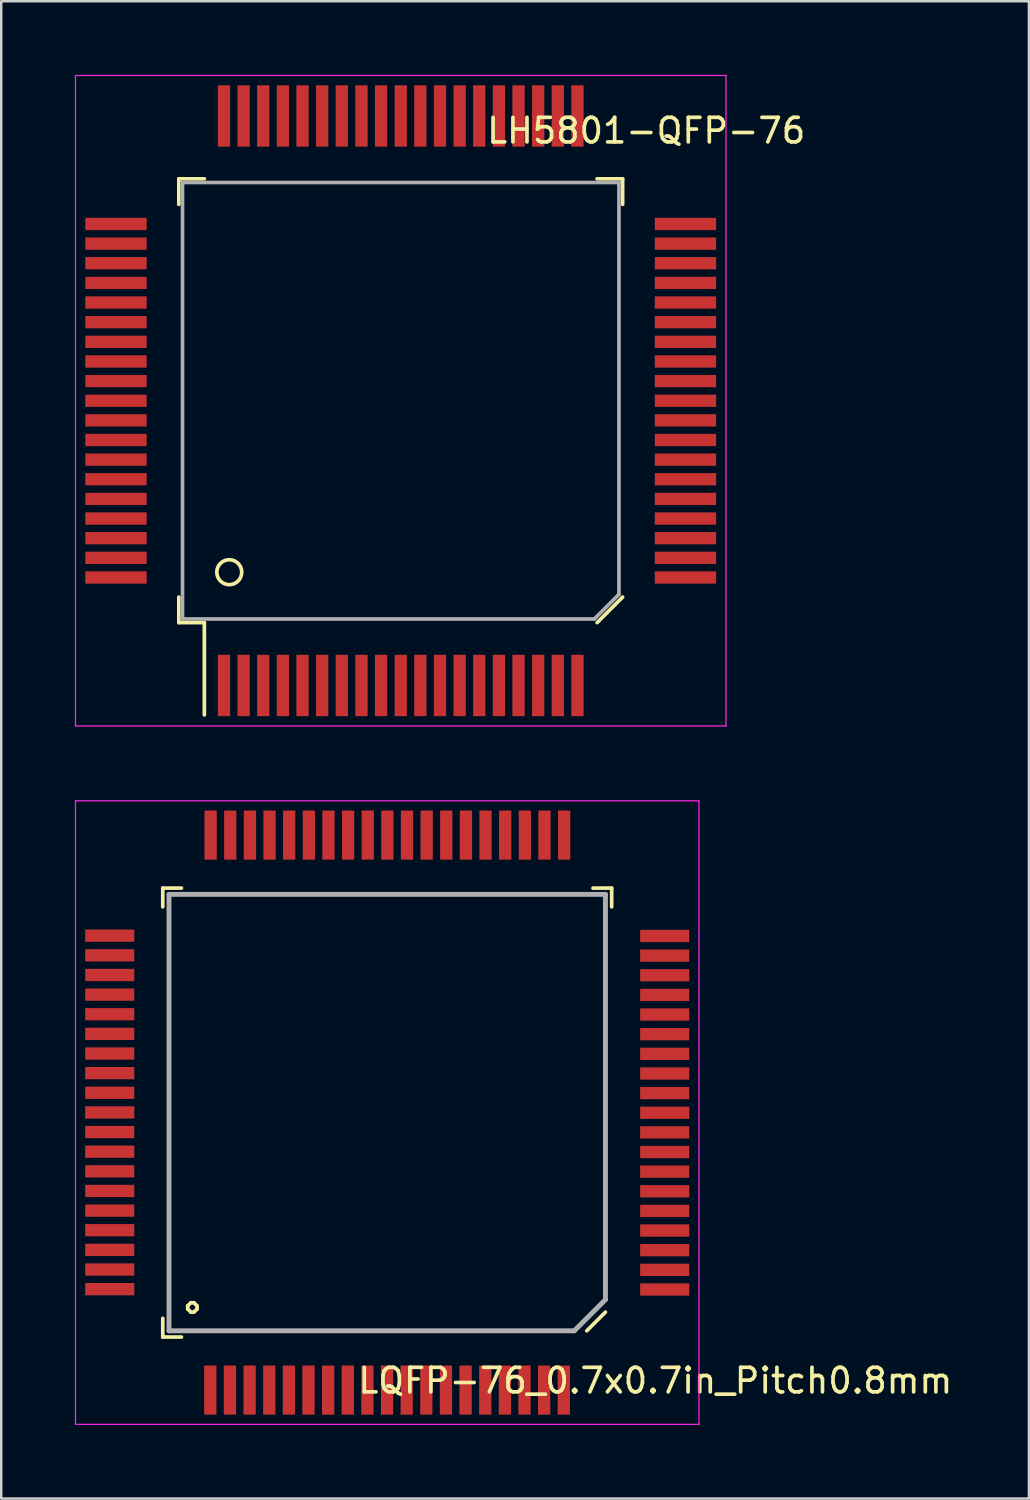
<source format=kicad_pcb>
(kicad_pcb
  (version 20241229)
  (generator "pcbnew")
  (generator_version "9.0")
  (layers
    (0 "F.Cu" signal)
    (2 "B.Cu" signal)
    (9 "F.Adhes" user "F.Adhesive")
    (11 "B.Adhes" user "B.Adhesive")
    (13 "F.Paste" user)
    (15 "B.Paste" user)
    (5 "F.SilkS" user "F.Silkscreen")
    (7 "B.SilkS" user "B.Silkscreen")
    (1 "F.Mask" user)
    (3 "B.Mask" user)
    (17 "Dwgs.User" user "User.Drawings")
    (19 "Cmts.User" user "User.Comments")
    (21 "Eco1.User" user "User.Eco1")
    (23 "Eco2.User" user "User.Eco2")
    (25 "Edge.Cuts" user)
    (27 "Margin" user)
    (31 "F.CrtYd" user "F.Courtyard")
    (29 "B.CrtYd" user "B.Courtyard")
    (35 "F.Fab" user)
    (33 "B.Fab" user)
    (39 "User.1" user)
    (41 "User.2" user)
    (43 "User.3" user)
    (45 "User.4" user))
  (footprint "LQFP-76_0.7x0.7in_Pitch0.8mm"
    (layer "F.Cu")
    (at 12.725 42.275)
    (property "Reference" "LQFP-76_0.7x0.7in_Pitch0.8mm" (at 10.922 10.922 0) (layer "F.SilkS") (effects (font (size 1 1) (thickness 0.15))))
    (attr smd)
    (fp_line (start -9.144 -8.382) (end -9.144 -9.144) (stroke (width 0.15) (type solid)) (layer "F.SilkS"))
    (fp_line (start -9.144 9.144) (end -9.144 8.382) (stroke (width 0.15) (type solid)) (layer "F.SilkS"))
    (fp_line (start -9.144 9.144) (end -8.382 9.144) (stroke (width 0.15) (type solid)) (layer "F.SilkS"))
    (fp_line (start -8.382 -9.144) (end -9.144 -9.144) (stroke (width 0.15) (type solid)) (layer "F.SilkS"))
    (fp_line (start -8.128 7.874) (end -8.001 7.747) (stroke (width 0.15) (type solid)) (layer "F.SilkS"))
    (fp_line (start -8.128 8.001) (end -8.128 7.874) (stroke (width 0.15) (type solid)) (layer "F.SilkS"))
    (fp_line (start -8.001 7.747) (end -7.874 7.747) (stroke (width 0.15) (type solid)) (layer "F.SilkS"))
    (fp_line (start -8.001 8.128) (end -8.128 8.001) (stroke (width 0.15) (type solid)) (layer "F.SilkS"))
    (fp_line (start -7.874 7.747) (end -7.747 7.874) (stroke (width 0.15) (type solid)) (layer "F.SilkS"))
    (fp_line (start -7.874 8.128) (end -8.001 8.128) (stroke (width 0.15) (type solid)) (layer "F.SilkS"))
    (fp_line (start -7.747 7.874) (end -7.747 8.001) (stroke (width 0.15) (type solid)) (layer "F.SilkS"))
    (fp_line (start -7.747 8.001) (end -7.874 8.128) (stroke (width 0.15) (type solid)) (layer "F.SilkS"))
    (fp_line (start 8.128 8.89) (end 8.89 8.128) (stroke (width 0.15) (type solid)) (layer "F.SilkS"))
    (fp_line (start 9.144 -9.144) (end 8.382 -9.144) (stroke (width 0.15) (type solid)) (layer "F.SilkS"))
    (fp_line (start 9.144 -9.144) (end 9.144 -8.382) (stroke (width 0.15) (type solid)) (layer "F.SilkS"))
    (fp_line (start -12.7 -12.7) (end -12.7 12.7) (stroke (width 0.05) (type solid)) (layer "F.CrtYd"))
    (fp_line (start -12.7 -12.7) (end 12.7 -12.7) (stroke (width 0.05) (type solid)) (layer "F.CrtYd"))
    (fp_line (start -12.7 12.7) (end 12.7 12.7) (stroke (width 0.05) (type solid)) (layer "F.CrtYd"))
    (fp_line (start 12.7 -12.7) (end 12.7 12.7) (stroke (width 0.05) (type solid)) (layer "F.CrtYd"))
    (fp_line (start -8.89 -8.89) (end 8.89 -8.89) (stroke (width 0.2) (type solid)) (layer "F.Fab"))
    (fp_line (start -8.89 8.89) (end -8.89 -8.89) (stroke (width 0.2) (type solid)) (layer "F.Fab"))
    (fp_line (start 7.62 8.89) (end -8.89 8.89) (stroke (width 0.2) (type solid)) (layer "F.Fab"))
    (fp_line (start 8.89 -8.89) (end 8.89 7.62) (stroke (width 0.2) (type solid)) (layer "F.Fab"))
    (fp_line (start 8.89 7.62) (end 7.62 8.89) (stroke (width 0.2) (type solid)) (layer "F.Fab"))
    (pad "1" smd rect (at -7.207 11.305 90) (size 2 0.5) (layers "F.Cu" "F.Mask" "F.Paste"))
    (pad "2" smd rect (at -6.407 11.305 90) (size 2 0.5) (layers "F.Cu" "F.Mask" "F.Paste"))
    (pad "3" smd rect (at -5.606 11.305 90) (size 2 0.5) (layers "F.Cu" "F.Mask" "F.Paste"))
    (pad "4" smd rect (at -4.806 11.305 90) (size 2 0.5) (layers "F.Cu" "F.Mask" "F.Paste"))
    (pad "5" smd rect (at -4.006 11.305 90) (size 2 0.5) (layers "F.Cu" "F.Mask" "F.Paste"))
    (pad "6" smd rect (at -3.207 11.305 90) (size 2 0.5) (layers "F.Cu" "F.Mask" "F.Paste"))
    (pad "7" smd rect (at -2.406 11.305 90) (size 2 0.5) (layers "F.Cu" "F.Mask" "F.Paste"))
    (pad "8" smd rect (at -1.607 11.305 90) (size 2 0.5) (layers "F.Cu" "F.Mask" "F.Paste"))
    (pad "9" smd rect (at -0.806 11.305 90) (size 2 0.5) (layers "F.Cu" "F.Mask" "F.Paste"))
    (pad "10" smd rect (at -0.006 11.305 90) (size 2 0.5) (layers "F.Cu" "F.Mask" "F.Paste"))
    (pad "11" smd rect (at 0.793 11.305 90) (size 2 0.5) (layers "F.Cu" "F.Mask" "F.Paste"))
    (pad "12" smd rect (at 1.593 11.305 90) (size 2 0.5) (layers "F.Cu" "F.Mask" "F.Paste"))
    (pad "13" smd rect (at 2.393 11.305 90) (size 2 0.5) (layers "F.Cu" "F.Mask" "F.Paste"))
    (pad "14" smd rect (at 3.193 11.305 90) (size 2 0.5) (layers "F.Cu" "F.Mask" "F.Paste"))
    (pad "15" smd rect (at 3.994 11.305 90) (size 2 0.5) (layers "F.Cu" "F.Mask" "F.Paste"))
    (pad "16" smd rect (at 4.793 11.305 90) (size 2 0.5) (layers "F.Cu" "F.Mask" "F.Paste"))
    (pad "17" smd rect (at 5.593 11.305 90) (size 2 0.5) (layers "F.Cu" "F.Mask" "F.Paste"))
    (pad "18" smd rect (at 6.394 11.305 90) (size 2 0.5) (layers "F.Cu" "F.Mask" "F.Paste"))
    (pad "19" smd rect (at 7.194 11.305 90) (size 2 0.5) (layers "F.Cu" "F.Mask" "F.Paste"))
    (pad "20" smd rect (at 11.305 7.207) (size 2 0.5) (layers "F.Cu" "F.Mask" "F.Paste"))
    (pad "21" smd rect (at 11.305 6.407) (size 2 0.5) (layers "F.Cu" "F.Mask" "F.Paste"))
    (pad "22" smd rect (at 11.305 5.606) (size 2 0.5) (layers "F.Cu" "F.Mask" "F.Paste"))
    (pad "23" smd rect (at 11.305 4.806) (size 2 0.5) (layers "F.Cu" "F.Mask" "F.Paste"))
    (pad "24" smd rect (at 11.305 4.006) (size 2 0.5) (layers "F.Cu" "F.Mask" "F.Paste"))
    (pad "25" smd rect (at 11.305 3.207) (size 2 0.5) (layers "F.Cu" "F.Mask" "F.Paste"))
    (pad "26" smd rect (at 11.305 2.406) (size 2 0.5) (layers "F.Cu" "F.Mask" "F.Paste"))
    (pad "27" smd rect (at 11.305 1.607) (size 2 0.5) (layers "F.Cu" "F.Mask" "F.Paste"))
    (pad "28" smd rect (at 11.305 0.806) (size 2 0.5) (layers "F.Cu" "F.Mask" "F.Paste"))
    (pad "29" smd rect (at 11.305 0.006) (size 2 0.5) (layers "F.Cu" "F.Mask" "F.Paste"))
    (pad "30" smd rect (at 11.305 -0.793) (size 2 0.5) (layers "F.Cu" "F.Mask" "F.Paste"))
    (pad "31" smd rect (at 11.305 -1.593) (size 2 0.5) (layers "F.Cu" "F.Mask" "F.Paste"))
    (pad "32" smd rect (at 11.305 -2.393) (size 2 0.5) (layers "F.Cu" "F.Mask" "F.Paste"))
    (pad "33" smd rect (at 11.305 -3.193) (size 2 0.5) (layers "F.Cu" "F.Mask" "F.Paste"))
    (pad "34" smd rect (at 11.305 -3.994) (size 2 0.5) (layers "F.Cu" "F.Mask" "F.Paste"))
    (pad "35" smd rect (at 11.305 -4.793) (size 2 0.5) (layers "F.Cu" "F.Mask" "F.Paste"))
    (pad "36" smd rect (at 11.305 -5.593) (size 2 0.5) (layers "F.Cu" "F.Mask" "F.Paste"))
    (pad "37" smd rect (at 11.305 -6.394) (size 2 0.5) (layers "F.Cu" "F.Mask" "F.Paste"))
    (pad "38" smd rect (at 11.305 -7.194) (size 2 0.5) (layers "F.Cu" "F.Mask" "F.Paste"))
    (pad "39" smd rect (at 7.207 -11.305 90) (size 2 0.5) (layers "F.Cu" "F.Mask" "F.Paste"))
    (pad "40" smd rect (at 6.407 -11.305 90) (size 2 0.5) (layers "F.Cu" "F.Mask" "F.Paste"))
    (pad "41" smd rect (at 5.606 -11.305 90) (size 2 0.5) (layers "F.Cu" "F.Mask" "F.Paste"))
    (pad "42" smd rect (at 4.806 -11.305 90) (size 2 0.5) (layers "F.Cu" "F.Mask" "F.Paste"))
    (pad "43" smd rect (at 4.006 -11.305 90) (size 2 0.5) (layers "F.Cu" "F.Mask" "F.Paste"))
    (pad "44" smd rect (at 3.207 -11.305 90) (size 2 0.5) (layers "F.Cu" "F.Mask" "F.Paste"))
    (pad "45" smd rect (at 2.406 -11.305 90) (size 2 0.5) (layers "F.Cu" "F.Mask" "F.Paste"))
    (pad "46" smd rect (at 1.607 -11.305 90) (size 2 0.5) (layers "F.Cu" "F.Mask" "F.Paste"))
    (pad "47" smd rect (at 0.806 -11.305 90) (size 2 0.5) (layers "F.Cu" "F.Mask" "F.Paste"))
    (pad "48" smd rect (at 0.006 -11.305 90) (size 2 0.5) (layers "F.Cu" "F.Mask" "F.Paste"))
    (pad "49" smd rect (at -0.793 -11.305 90) (size 2 0.5) (layers "F.Cu" "F.Mask" "F.Paste"))
    (pad "50" smd rect (at -1.593 -11.305 90) (size 2 0.5) (layers "F.Cu" "F.Mask" "F.Paste"))
    (pad "51" smd rect (at -2.393 -11.305 90) (size 2 0.5) (layers "F.Cu" "F.Mask" "F.Paste"))
    (pad "52" smd rect (at -3.193 -11.305 90) (size 2 0.5) (layers "F.Cu" "F.Mask" "F.Paste"))
    (pad "53" smd rect (at -3.994 -11.305 90) (size 2 0.5) (layers "F.Cu" "F.Mask" "F.Paste"))
    (pad "54" smd rect (at -4.793 -11.305 90) (size 2 0.5) (layers "F.Cu" "F.Mask" "F.Paste"))
    (pad "55" smd rect (at -5.593 -11.305 90) (size 2 0.5) (layers "F.Cu" "F.Mask" "F.Paste"))
    (pad "56" smd rect (at -6.394 -11.305 90) (size 2 0.5) (layers "F.Cu" "F.Mask" "F.Paste"))
    (pad "57" smd rect (at -7.194 -11.305 90) (size 2 0.5) (layers "F.Cu" "F.Mask" "F.Paste"))
    (pad "58" smd rect (at -11.305 -7.207) (size 2 0.5) (layers "F.Cu" "F.Mask" "F.Paste"))
    (pad "59" smd rect (at -11.305 -6.407) (size 2 0.5) (layers "F.Cu" "F.Mask" "F.Paste"))
    (pad "60" smd rect (at -11.305 -5.606) (size 2 0.5) (layers "F.Cu" "F.Mask" "F.Paste"))
    (pad "61" smd rect (at -11.305 -4.806) (size 2 0.5) (layers "F.Cu" "F.Mask" "F.Paste"))
    (pad "62" smd rect (at -11.305 -4.006) (size 2 0.5) (layers "F.Cu" "F.Mask" "F.Paste"))
    (pad "63" smd rect (at -11.305 -3.207) (size 2 0.5) (layers "F.Cu" "F.Mask" "F.Paste"))
    (pad "64" smd rect (at -11.305 -2.406) (size 2 0.5) (layers "F.Cu" "F.Mask" "F.Paste"))
    (pad "65" smd rect (at -11.305 -1.607) (size 2 0.5) (layers "F.Cu" "F.Mask" "F.Paste"))
    (pad "66" smd rect (at -11.305 -0.806) (size 2 0.5) (layers "F.Cu" "F.Mask" "F.Paste"))
    (pad "67" smd rect (at -11.305 -0.006) (size 2 0.5) (layers "F.Cu" "F.Mask" "F.Paste"))
    (pad "68" smd rect (at -11.305 0.793) (size 2 0.5) (layers "F.Cu" "F.Mask" "F.Paste"))
    (pad "69" smd rect (at -11.305 1.593) (size 2 0.5) (layers "F.Cu" "F.Mask" "F.Paste"))
    (pad "70" smd rect (at -11.305 2.393) (size 2 0.5) (layers "F.Cu" "F.Mask" "F.Paste"))
    (pad "71" smd rect (at -11.305 3.193) (size 2 0.5) (layers "F.Cu" "F.Mask" "F.Paste"))
    (pad "72" smd rect (at -11.305 3.994) (size 2 0.5) (layers "F.Cu" "F.Mask" "F.Paste"))
    (pad "73" smd rect (at -11.305 4.793) (size 2 0.5) (layers "F.Cu" "F.Mask" "F.Paste"))
    (pad "74" smd rect (at -11.305 5.593) (size 2 0.5) (layers "F.Cu" "F.Mask" "F.Paste"))
    (pad "75" smd rect (at -11.305 6.394) (size 2 0.5) (layers "F.Cu" "F.Mask" "F.Paste"))
    (pad "76" smd rect (at -11.305 7.194) (size 2 0.5) (layers "F.Cu" "F.Mask" "F.Paste")))
  (footprint "LH5801-QFP-76"
    (layer "F.Cu")
    (at 13.275 13.275)
    (property "Reference" "LH5801-QFP-76" (at 10 -11 180) (layer "F.SilkS") (effects (font (size 1 1) (thickness 0.15))))
    (attr smd)
    (fp_line (start -9.04 -9.04) (end -8 -9.04) (stroke (width 0.15) (type solid)) (layer "F.SilkS"))
    (fp_line (start -9.04 -8) (end -9.04 -9.04) (stroke (width 0.15) (type solid)) (layer "F.SilkS"))
    (fp_line (start -9.04 8) (end -9.04 9.04) (stroke (width 0.15) (type solid)) (layer "F.SilkS"))
    (fp_line (start -9.04 9.04) (end -8 9.04) (stroke (width 0.15) (type solid)) (layer "F.SilkS"))
    (fp_line (start -8 9.04) (end -8 12.8) (stroke (width 0.15) (type solid)) (layer "F.SilkS"))
    (fp_line (start 9.04 -9.04) (end 8 -9.04) (stroke (width 0.15) (type solid)) (layer "F.SilkS"))
    (fp_line (start 9.04 -8) (end 9.04 -9.04) (stroke (width 0.15) (type solid)) (layer "F.SilkS"))
    (fp_line (start 9.04 8) (end 8 9.04) (stroke (width 0.15) (type solid)) (layer "F.SilkS"))
    (fp_circle (center -6.985 6.985) (end -6.477 6.985) (stroke (width 0.15) (type solid)) (fill no) (layer "F.SilkS"))
    (fp_line (start -13.25 -13.25) (end 13.25 -13.25) (stroke (width 0.05) (type solid)) (layer "F.CrtYd"))
    (fp_line (start -13.25 13.25) (end -13.25 -13.25) (stroke (width 0.05) (type solid)) (layer "F.CrtYd"))
    (fp_line (start 13.25 -13.25) (end 13.25 13.25) (stroke (width 0.05) (type solid)) (layer "F.CrtYd"))
    (fp_line (start 13.25 13.25) (end -13.25 13.25) (stroke (width 0.05) (type solid)) (layer "F.CrtYd"))
    (fp_line (start -8.89 -8.89) (end -8.89 8.89) (stroke (width 0.15) (type solid)) (layer "F.Fab"))
    (fp_line (start -8.89 8.89) (end 7.89 8.89) (stroke (width 0.15) (type solid)) (layer "F.Fab"))
    (fp_line (start 7.89 8.89) (end 8.89 7.89) (stroke (width 0.15) (type solid)) (layer "F.Fab"))
    (fp_line (start 8.89 -8.89) (end -8.89 -8.89) (stroke (width 0.15) (type solid)) (layer "F.Fab"))
    (fp_line (start 8.89 7.89) (end 8.89 -8.89) (stroke (width 0.15) (type solid)) (layer "F.Fab"))
    (pad "1" smd rect (at -7.2 11.6 180) (size 0.5 2.5) (layers "F.Cu" "F.Mask" "F.Paste"))
    (pad "2" smd rect (at -6.4 11.6 180) (size 0.5 2.5) (layers "F.Cu" "F.Mask" "F.Paste"))
    (pad "3" smd rect (at -5.6 11.6 180) (size 0.5 2.5) (layers "F.Cu" "F.Mask" "F.Paste"))
    (pad "4" smd rect (at -4.8 11.6 180) (size 0.5 2.5) (layers "F.Cu" "F.Mask" "F.Paste"))
    (pad "5" smd rect (at -4 11.6 180) (size 0.5 2.5) (layers "F.Cu" "F.Mask" "F.Paste"))
    (pad "6" smd rect (at -3.2 11.6 180) (size 0.5 2.5) (layers "F.Cu" "F.Mask" "F.Paste"))
    (pad "7" smd rect (at -2.4 11.6 180) (size 0.5 2.5) (layers "F.Cu" "F.Mask" "F.Paste"))
    (pad "8" smd rect (at -1.6 11.6 180) (size 0.5 2.5) (layers "F.Cu" "F.Mask" "F.Paste"))
    (pad "9" smd rect (at -0.8 11.6 180) (size 0.5 2.5) (layers "F.Cu" "F.Mask" "F.Paste"))
    (pad "10" smd rect (at 0 11.6 180) (size 0.5 2.5) (layers "F.Cu" "F.Mask" "F.Paste"))
    (pad "11" smd rect (at 0.8 11.6 180) (size 0.5 2.5) (layers "F.Cu" "F.Mask" "F.Paste"))
    (pad "12" smd rect (at 1.6 11.6 180) (size 0.5 2.5) (layers "F.Cu" "F.Mask" "F.Paste"))
    (pad "13" smd rect (at 2.4 11.6 180) (size 0.5 2.5) (layers "F.Cu" "F.Mask" "F.Paste"))
    (pad "14" smd rect (at 3.2 11.6 180) (size 0.5 2.5) (layers "F.Cu" "F.Mask" "F.Paste"))
    (pad "15" smd rect (at 4 11.6 180) (size 0.5 2.5) (layers "F.Cu" "F.Mask" "F.Paste"))
    (pad "16" smd rect (at 4.8 11.6 180) (size 0.5 2.5) (layers "F.Cu" "F.Mask" "F.Paste"))
    (pad "17" smd rect (at 5.6 11.6 180) (size 0.5 2.5) (layers "F.Cu" "F.Mask" "F.Paste"))
    (pad "18" smd rect (at 6.4 11.6 180) (size 0.5 2.5) (layers "F.Cu" "F.Mask" "F.Paste"))
    (pad "19" smd rect (at 7.2 11.6 180) (size 0.5 2.5) (layers "F.Cu" "F.Mask" "F.Paste"))
    (pad "20" smd rect (at 11.6 7.2 90) (size 0.5 2.5) (layers "F.Cu" "F.Mask" "F.Paste"))
    (pad "21" smd rect (at 11.6 6.4 90) (size 0.5 2.5) (layers "F.Cu" "F.Mask" "F.Paste"))
    (pad "22" smd rect (at 11.6 5.6 90) (size 0.5 2.5) (layers "F.Cu" "F.Mask" "F.Paste"))
    (pad "23" smd rect (at 11.6 4.8 90) (size 0.5 2.5) (layers "F.Cu" "F.Mask" "F.Paste"))
    (pad "24" smd rect (at 11.6 4 90) (size 0.5 2.5) (layers "F.Cu" "F.Mask" "F.Paste"))
    (pad "25" smd rect (at 11.6 3.2 90) (size 0.5 2.5) (layers "F.Cu" "F.Mask" "F.Paste"))
    (pad "26" smd rect (at 11.6 2.4 90) (size 0.5 2.5) (layers "F.Cu" "F.Mask" "F.Paste"))
    (pad "27" smd rect (at 11.6 1.6 90) (size 0.5 2.5) (layers "F.Cu" "F.Mask" "F.Paste"))
    (pad "28" smd rect (at 11.6 0.8 90) (size 0.5 2.5) (layers "F.Cu" "F.Mask" "F.Paste"))
    (pad "29" smd rect (at 11.6 0 90) (size 0.5 2.5) (layers "F.Cu" "F.Mask" "F.Paste"))
    (pad "30" smd rect (at 11.6 -0.8 90) (size 0.5 2.5) (layers "F.Cu" "F.Mask" "F.Paste"))
    (pad "31" smd rect (at 11.6 -1.6 90) (size 0.5 2.5) (layers "F.Cu" "F.Mask" "F.Paste"))
    (pad "32" smd rect (at 11.6 -2.4 90) (size 0.5 2.5) (layers "F.Cu" "F.Mask" "F.Paste"))
    (pad "33" smd rect (at 11.6 -3.2 90) (size 0.5 2.5) (layers "F.Cu" "F.Mask" "F.Paste"))
    (pad "34" smd rect (at 11.6 -4 90) (size 0.5 2.5) (layers "F.Cu" "F.Mask" "F.Paste"))
    (pad "35" smd rect (at 11.6 -4.8 90) (size 0.5 2.5) (layers "F.Cu" "F.Mask" "F.Paste"))
    (pad "36" smd rect (at 11.6 -5.6 90) (size 0.5 2.5) (layers "F.Cu" "F.Mask" "F.Paste"))
    (pad "37" smd rect (at 11.6 -6.4 90) (size 0.5 2.5) (layers "F.Cu" "F.Mask" "F.Paste"))
    (pad "38" smd rect (at 11.6 -7.2 90) (size 0.5 2.5) (layers "F.Cu" "F.Mask" "F.Paste"))
    (pad "39" smd rect (at 7.2 -11.6 180) (size 0.5 2.5) (layers "F.Cu" "F.Mask" "F.Paste"))
    (pad "40" smd rect (at 6.4 -11.6 180) (size 0.5 2.5) (layers "F.Cu" "F.Mask" "F.Paste"))
    (pad "41" smd rect (at 5.6 -11.6 180) (size 0.5 2.5) (layers "F.Cu" "F.Mask" "F.Paste"))
    (pad "42" smd rect (at 4.8 -11.6 180) (size 0.5 2.5) (layers "F.Cu" "F.Mask" "F.Paste"))
    (pad "43" smd rect (at 4 -11.6 180) (size 0.5 2.5) (layers "F.Cu" "F.Mask" "F.Paste"))
    (pad "44" smd rect (at 3.2 -11.6 180) (size 0.5 2.5) (layers "F.Cu" "F.Mask" "F.Paste"))
    (pad "45" smd rect (at 2.4 -11.6 180) (size 0.5 2.5) (layers "F.Cu" "F.Mask" "F.Paste"))
    (pad "46" smd rect (at 1.6 -11.6 180) (size 0.5 2.5) (layers "F.Cu" "F.Mask" "F.Paste"))
    (pad "47" smd rect (at 0.8 -11.6 180) (size 0.5 2.5) (layers "F.Cu" "F.Mask" "F.Paste"))
    (pad "48" smd rect (at 0 -11.6 180) (size 0.5 2.5) (layers "F.Cu" "F.Mask" "F.Paste"))
    (pad "49" smd rect (at -0.8 -11.6 180) (size 0.5 2.5) (layers "F.Cu" "F.Mask" "F.Paste"))
    (pad "50" smd rect (at -1.6 -11.6 180) (size 0.5 2.5) (layers "F.Cu" "F.Mask" "F.Paste"))
    (pad "51" smd rect (at -2.4 -11.6 180) (size 0.5 2.5) (layers "F.Cu" "F.Mask" "F.Paste"))
    (pad "52" smd rect (at -3.2 -11.6 180) (size 0.5 2.5) (layers "F.Cu" "F.Mask" "F.Paste"))
    (pad "53" smd rect (at -4 -11.6 180) (size 0.5 2.5) (layers "F.Cu" "F.Mask" "F.Paste"))
    (pad "54" smd rect (at -4.8 -11.6 180) (size 0.5 2.5) (layers "F.Cu" "F.Mask" "F.Paste"))
    (pad "55" smd rect (at -5.6 -11.6 180) (size 0.5 2.5) (layers "F.Cu" "F.Mask" "F.Paste"))
    (pad "56" smd rect (at -6.4 -11.6 180) (size 0.5 2.5) (layers "F.Cu" "F.Mask" "F.Paste"))
    (pad "57" smd rect (at -7.2 -11.6 180) (size 0.5 2.5) (layers "F.Cu" "F.Mask" "F.Paste"))
    (pad "58" smd rect (at -11.6 -7.2 90) (size 0.5 2.5) (layers "F.Cu" "F.Mask" "F.Paste"))
    (pad "59" smd rect (at -11.6 -6.4 90) (size 0.5 2.5) (layers "F.Cu" "F.Mask" "F.Paste"))
    (pad "60" smd rect (at -11.6 -5.6 90) (size 0.5 2.5) (layers "F.Cu" "F.Mask" "F.Paste"))
    (pad "61" smd rect (at -11.6 -4.8 90) (size 0.5 2.5) (layers "F.Cu" "F.Mask" "F.Paste"))
    (pad "62" smd rect (at -11.6 -4 90) (size 0.5 2.5) (layers "F.Cu" "F.Mask" "F.Paste"))
    (pad "63" smd rect (at -11.6 -3.2 90) (size 0.5 2.5) (layers "F.Cu" "F.Mask" "F.Paste"))
    (pad "64" smd rect (at -11.6 -2.4 90) (size 0.5 2.5) (layers "F.Cu" "F.Mask" "F.Paste"))
    (pad "65" smd rect (at -11.6 -1.6 90) (size 0.5 2.5) (layers "F.Cu" "F.Mask" "F.Paste"))
    (pad "66" smd rect (at -11.6 -0.8 90) (size 0.5 2.5) (layers "F.Cu" "F.Mask" "F.Paste"))
    (pad "67" smd rect (at -11.6 0 90) (size 0.5 2.5) (layers "F.Cu" "F.Mask" "F.Paste"))
    (pad "68" smd rect (at -11.6 0.8 90) (size 0.5 2.5) (layers "F.Cu" "F.Mask" "F.Paste"))
    (pad "69" smd rect (at -11.6 1.6 90) (size 0.5 2.5) (layers "F.Cu" "F.Mask" "F.Paste"))
    (pad "70" smd rect (at -11.6 2.4 90) (size 0.5 2.5) (layers "F.Cu" "F.Mask" "F.Paste"))
    (pad "71" smd rect (at -11.6 3.2 90) (size 0.5 2.5) (layers "F.Cu" "F.Mask" "F.Paste"))
    (pad "72" smd rect (at -11.6 4 90) (size 0.5 2.5) (layers "F.Cu" "F.Mask" "F.Paste"))
    (pad "73" smd rect (at -11.6 4.8 90) (size 0.5 2.5) (layers "F.Cu" "F.Mask" "F.Paste"))
    (pad "74" smd rect (at -11.6 5.6 90) (size 0.5 2.5) (layers "F.Cu" "F.Mask" "F.Paste"))
    (pad "75" smd rect (at -11.6 6.4 90) (size 0.5 2.5) (layers "F.Cu" "F.Mask" "F.Paste"))
    (pad "76" smd rect (at -11.6 7.2 90) (size 0.5 2.5) (layers "F.Cu" "F.Mask" "F.Paste")))
  (gr_rect
    (start -3 -3)
    (end 38.867 58)
    (stroke (width 0.1) (type default))
    (fill no)
    (layer "Edge.Cuts")))
</source>
